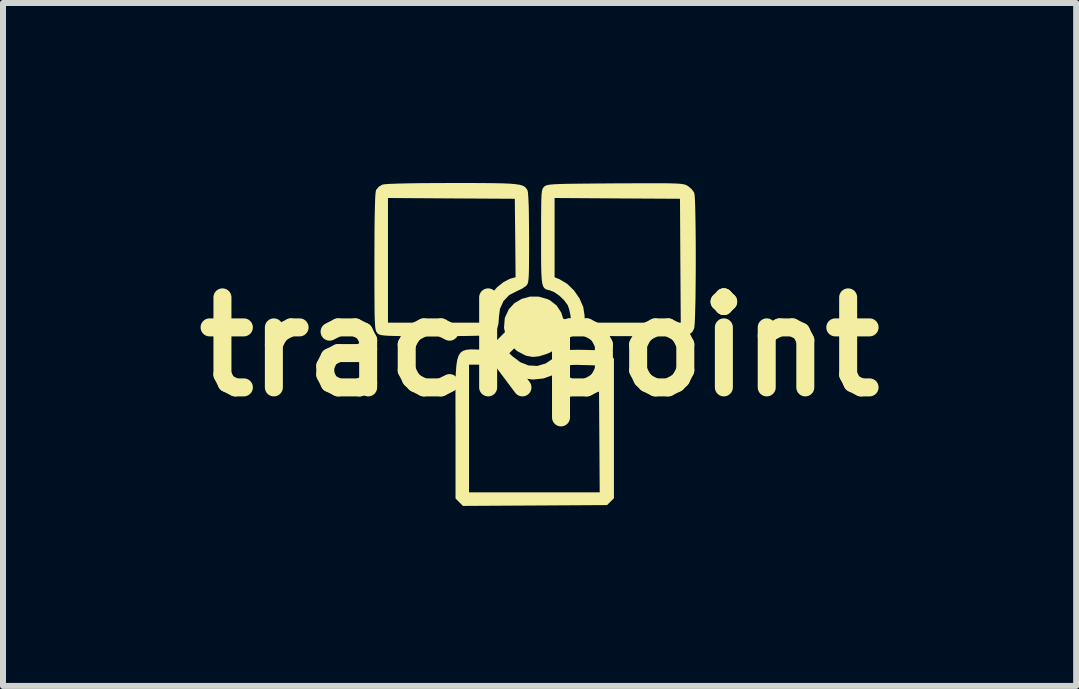
<source format=kicad_pcb>
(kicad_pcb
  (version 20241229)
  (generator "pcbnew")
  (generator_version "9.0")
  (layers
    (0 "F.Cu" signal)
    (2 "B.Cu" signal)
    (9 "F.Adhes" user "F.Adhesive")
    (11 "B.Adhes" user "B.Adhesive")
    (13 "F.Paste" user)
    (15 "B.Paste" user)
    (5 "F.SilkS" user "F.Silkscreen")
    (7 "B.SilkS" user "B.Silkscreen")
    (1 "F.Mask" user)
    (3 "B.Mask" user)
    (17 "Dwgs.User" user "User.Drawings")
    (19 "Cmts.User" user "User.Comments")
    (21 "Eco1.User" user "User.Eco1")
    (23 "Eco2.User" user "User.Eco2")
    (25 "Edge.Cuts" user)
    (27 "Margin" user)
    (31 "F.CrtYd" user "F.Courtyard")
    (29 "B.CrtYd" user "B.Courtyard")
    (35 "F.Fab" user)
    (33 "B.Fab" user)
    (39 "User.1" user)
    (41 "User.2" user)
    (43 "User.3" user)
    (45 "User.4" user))
  (footprint "trackpoint"
    (layer "F.Cu")
    (at 5.943 2.728)
    (property "Reference" "trackpoint" (at 0 0 0) (layer "F.SilkS") (effects (font (size 1.5 1.5) (thickness 0.3))))
    (attr board_only exclude_from_pos_files exclude_from_bom)
    (fp_poly (pts (xy -0.012 -0.834) (xy 0.134 -0.792) (xy 0.176 -0.771) (xy 0.285 -0.685) (xy 0.361 -0.569) (xy 0.403 -0.433) (xy 0.408 -0.287) (xy 0.375 -0.141) (xy 0.316 -0.026) (xy 0.256 0.045) (xy 0.175 0.097) (xy 0.113 0.123) (xy -0.012 0.161) (xy -0.115 0.171) (xy -0.214 0.153) (xy -0.238 0.145) (xy -0.378 0.072) (xy -0.487 -0.035) (xy -0.56 -0.166) (xy -0.593 -0.313) (xy -0.581 -0.467) (xy -0.575 -0.49) (xy -0.514 -0.622) (xy -0.419 -0.726) (xy -0.297 -0.797) (xy -0.159 -0.835)) (stroke (width 0) (type solid)) (fill yes) (layer "F.SilkS"))
    (fp_poly (pts (xy -1.057 0.047) (xy -0.953 0.051) (xy -0.867 0.054) (xy -0.553 0.063) (xy -0.458 0.155) (xy -0.323 0.258) (xy -0.182 0.313) (xy -0.039 0.321) (xy 0.101 0.28) (xy 0.233 0.191) (xy 0.251 0.174) (xy 0.319 0.116) (xy 0.382 0.074) (xy 0.413 0.06) (xy 0.459 0.055) (xy 0.544 0.053) (xy 0.655 0.052) (xy 0.781 0.054) (xy 0.785 0.054) (xy 0.916 0.058) (xy 1.007 0.063) (xy 1.068 0.071) (xy 1.109 0.084) (xy 1.14 0.105) (xy 1.169 0.132) (xy 1.239 0.201) (xy 1.239 1.364) (xy 1.239 2.526) (xy 1.182 2.583) (xy 1.125 2.64) (xy -0.076 2.647) (xy -1.277 2.654) (xy -1.339 2.592) (xy -1.401 2.53) (xy -1.401 1.357) (xy -1.402 1.066) (xy -1.402 0.821) (xy -1.401 0.618) (xy -1.397 0.453) (xy -1.388 0.323) (xy -1.385 0.3) (xy -1.176 0.3) (xy -1.176 1.364) (xy -1.176 2.427) (xy -0.087 2.427) (xy 1.002 2.427) (xy 0.995 1.37) (xy 0.988 0.313) (xy 0.73 0.306) (xy 0.613 0.303) (xy 0.534 0.305) (xy 0.481 0.312) (xy 0.442 0.328) (xy 0.406 0.354) (xy 0.395 0.363) (xy 0.238 0.467) (xy 0.067 0.529) (xy -0.11 0.548) (xy -0.282 0.525) (xy -0.444 0.458) (xy -0.545 0.387) (xy -0.646 0.3) (xy -0.911 0.3) (xy -1.176 0.3) (xy -1.385 0.3) (xy -1.373 0.223) (xy -1.35 0.15) (xy -1.317 0.099) (xy -1.273 0.068) (xy -1.216 0.051) (xy -1.145 0.045)) (stroke (width 0) (type solid)) (fill yes) (layer "F.SilkS"))
    (fp_poly (pts (xy -1.184 -2.728) (xy -0.954 -2.727) (xy -0.766 -2.725) (xy -0.614 -2.722) (xy -0.495 -2.717) (xy -0.404 -2.709) (xy -0.336 -2.699) (xy -0.287 -2.686) (xy -0.253 -2.669) (xy -0.229 -2.647) (xy -0.211 -2.622) (xy -0.201 -2.604) (xy -0.193 -2.564) (xy -0.187 -2.477) (xy -0.181 -2.347) (xy -0.178 -2.178) (xy -0.176 -1.972) (xy -0.175 -1.808) (xy -0.175 -1.595) (xy -0.176 -1.426) (xy -0.177 -1.296) (xy -0.18 -1.2) (xy -0.184 -1.131) (xy -0.19 -1.083) (xy -0.198 -1.052) (xy -0.21 -1.031) (xy -0.224 -1.015) (xy -0.231 -1.008) (xy -0.295 -0.965) (xy -0.373 -0.929) (xy -0.375 -0.928) (xy -0.506 -0.861) (xy -0.602 -0.759) (xy -0.66 -0.631) (xy -0.676 -0.51) (xy -0.686 -0.38) (xy -0.715 -0.278) (xy -0.76 -0.212) (xy -0.777 -0.2) (xy -0.814 -0.193) (xy -0.897 -0.188) (xy -1.021 -0.183) (xy -1.184 -0.179) (xy -1.379 -0.177) (xy -1.605 -0.175) (xy -1.738 -0.175) (xy -1.976 -0.175) (xy -2.169 -0.176) (xy -2.323 -0.177) (xy -2.441 -0.179) (xy -2.53 -0.182) (xy -2.594 -0.187) (xy -2.638 -0.193) (xy -2.667 -0.201) (xy -2.687 -0.211) (xy -2.702 -0.224) (xy -2.703 -0.225) (xy -2.714 -0.239) (xy -2.724 -0.256) (xy -2.732 -0.281) (xy -2.739 -0.319) (xy -2.743 -0.375) (xy -2.747 -0.452) (xy -2.75 -0.556) (xy -2.751 -0.69) (xy -2.752 -0.859) (xy -2.753 -1.068) (xy -2.753 -1.321) (xy -2.753 -1.413) (xy -2.752 -1.718) (xy -2.751 -1.975) (xy -2.748 -2.186) (xy -2.744 -2.353) (xy -2.74 -2.478) (xy -2.74 -2.478) (xy -2.527 -2.478) (xy -2.527 -1.439) (xy -2.527 -0.4) (xy -1.727 -0.4) (xy -0.926 -0.4) (xy -0.926 -0.47) (xy -0.912 -0.588) (xy -0.875 -0.72) (xy -0.823 -0.843) (xy -0.79 -0.898) (xy -0.707 -0.992) (xy -0.604 -1.074) (xy -0.498 -1.13) (xy -0.465 -1.14) (xy -0.4 -1.157) (xy -0.406 -1.811) (xy -0.413 -2.465) (xy -1.47 -2.471) (xy -2.527 -2.478) (xy -2.74 -2.478) (xy -2.734 -2.562) (xy -2.726 -2.607) (xy -2.724 -2.613) (xy -2.68 -2.666) (xy -2.62 -2.701) (xy -2.574 -2.708) (xy -2.48 -2.714) (xy -2.339 -2.719) (xy -2.154 -2.723) (xy -1.927 -2.726) (xy -1.66 -2.727) (xy -1.459 -2.728)) (stroke (width 0) (type solid)) (fill yes) (layer "F.SilkS"))
    (fp_poly (pts (xy 2.076 -2.724) (xy 2.189 -2.722) (xy 2.276 -2.719) (xy 2.34 -2.715) (xy 2.387 -2.709) (xy 2.42 -2.702) (xy 2.445 -2.693) (xy 2.466 -2.681) (xy 2.472 -2.678) (xy 2.533 -2.627) (xy 2.575 -2.57) (xy 2.578 -2.563) (xy 2.584 -2.522) (xy 2.59 -2.437) (xy 2.594 -2.315) (xy 2.597 -2.163) (xy 2.6 -1.986) (xy 2.602 -1.792) (xy 2.603 -1.587) (xy 2.603 -1.377) (xy 2.602 -1.169) (xy 2.6 -0.969) (xy 2.598 -0.784) (xy 2.594 -0.62) (xy 2.59 -0.484) (xy 2.585 -0.383) (xy 2.579 -0.322) (xy 2.577 -0.31) (xy 2.563 -0.277) (xy 2.548 -0.249) (xy 2.526 -0.227) (xy 2.493 -0.21) (xy 2.443 -0.197) (xy 2.373 -0.188) (xy 2.276 -0.182) (xy 2.148 -0.179) (xy 1.984 -0.177) (xy 1.78 -0.176) (xy 1.55 -0.176) (xy 1.301 -0.176) (xy 1.097 -0.177) (xy 0.935 -0.179) (xy 0.81 -0.182) (xy 0.717 -0.187) (xy 0.652 -0.192) (xy 0.611 -0.2) (xy 0.589 -0.209) (xy 0.561 -0.244) (xy 0.542 -0.307) (xy 0.529 -0.408) (xy 0.527 -0.428) (xy 0.513 -0.532) (xy 0.492 -0.626) (xy 0.469 -0.692) (xy 0.469 -0.692) (xy 0.409 -0.774) (xy 0.327 -0.852) (xy 0.237 -0.913) (xy 0.17 -0.939) (xy 0.131 -0.948) (xy 0.1 -0.96) (xy 0.076 -0.979) (xy 0.057 -1.011) (xy 0.044 -1.06) (xy 0.035 -1.133) (xy 0.029 -1.233) (xy 0.026 -1.367) (xy 0.025 -1.539) (xy 0.025 -1.755) (xy 0.025 -1.825) (xy 0.025 -2.045) (xy 0.026 -2.221) (xy 0.027 -2.358) (xy 0.029 -2.461) (xy 0.03 -2.478) (xy 0.25 -2.478) (xy 0.25 -1.818) (xy 0.25 -1.157) (xy 0.332 -1.124) (xy 0.459 -1.048) (xy 0.574 -0.937) (xy 0.666 -0.803) (xy 0.728 -0.66) (xy 0.75 -0.519) (xy 0.751 -0.4) (xy 1.552 -0.4) (xy 2.353 -0.4) (xy 2.346 -1.433) (xy 2.34 -2.465) (xy 1.295 -2.471) (xy 0.25 -2.478) (xy 0.03 -2.478) (xy 0.033 -2.535) (xy 0.039 -2.587) (xy 0.046 -2.622) (xy 0.057 -2.644) (xy 0.07 -2.66) (xy 0.078 -2.668) (xy 0.092 -2.679) (xy 0.112 -2.688) (xy 0.141 -2.696) (xy 0.185 -2.702) (xy 0.247 -2.707) (xy 0.332 -2.711) (xy 0.444 -2.714) (xy 0.589 -2.716) (xy 0.77 -2.718) (xy 0.993 -2.72) (xy 1.26 -2.722) (xy 1.528 -2.723) (xy 1.75 -2.724) (xy 1.931 -2.724)) (stroke (width 0) (type solid)) (fill yes) (layer "F.SilkS")))
  (gr_rect
    (start -3 -3)
    (end 14.886 8.382)
    (stroke (width 0.1) (type default))
    (fill no)
    (layer "Edge.Cuts")))
</source>
